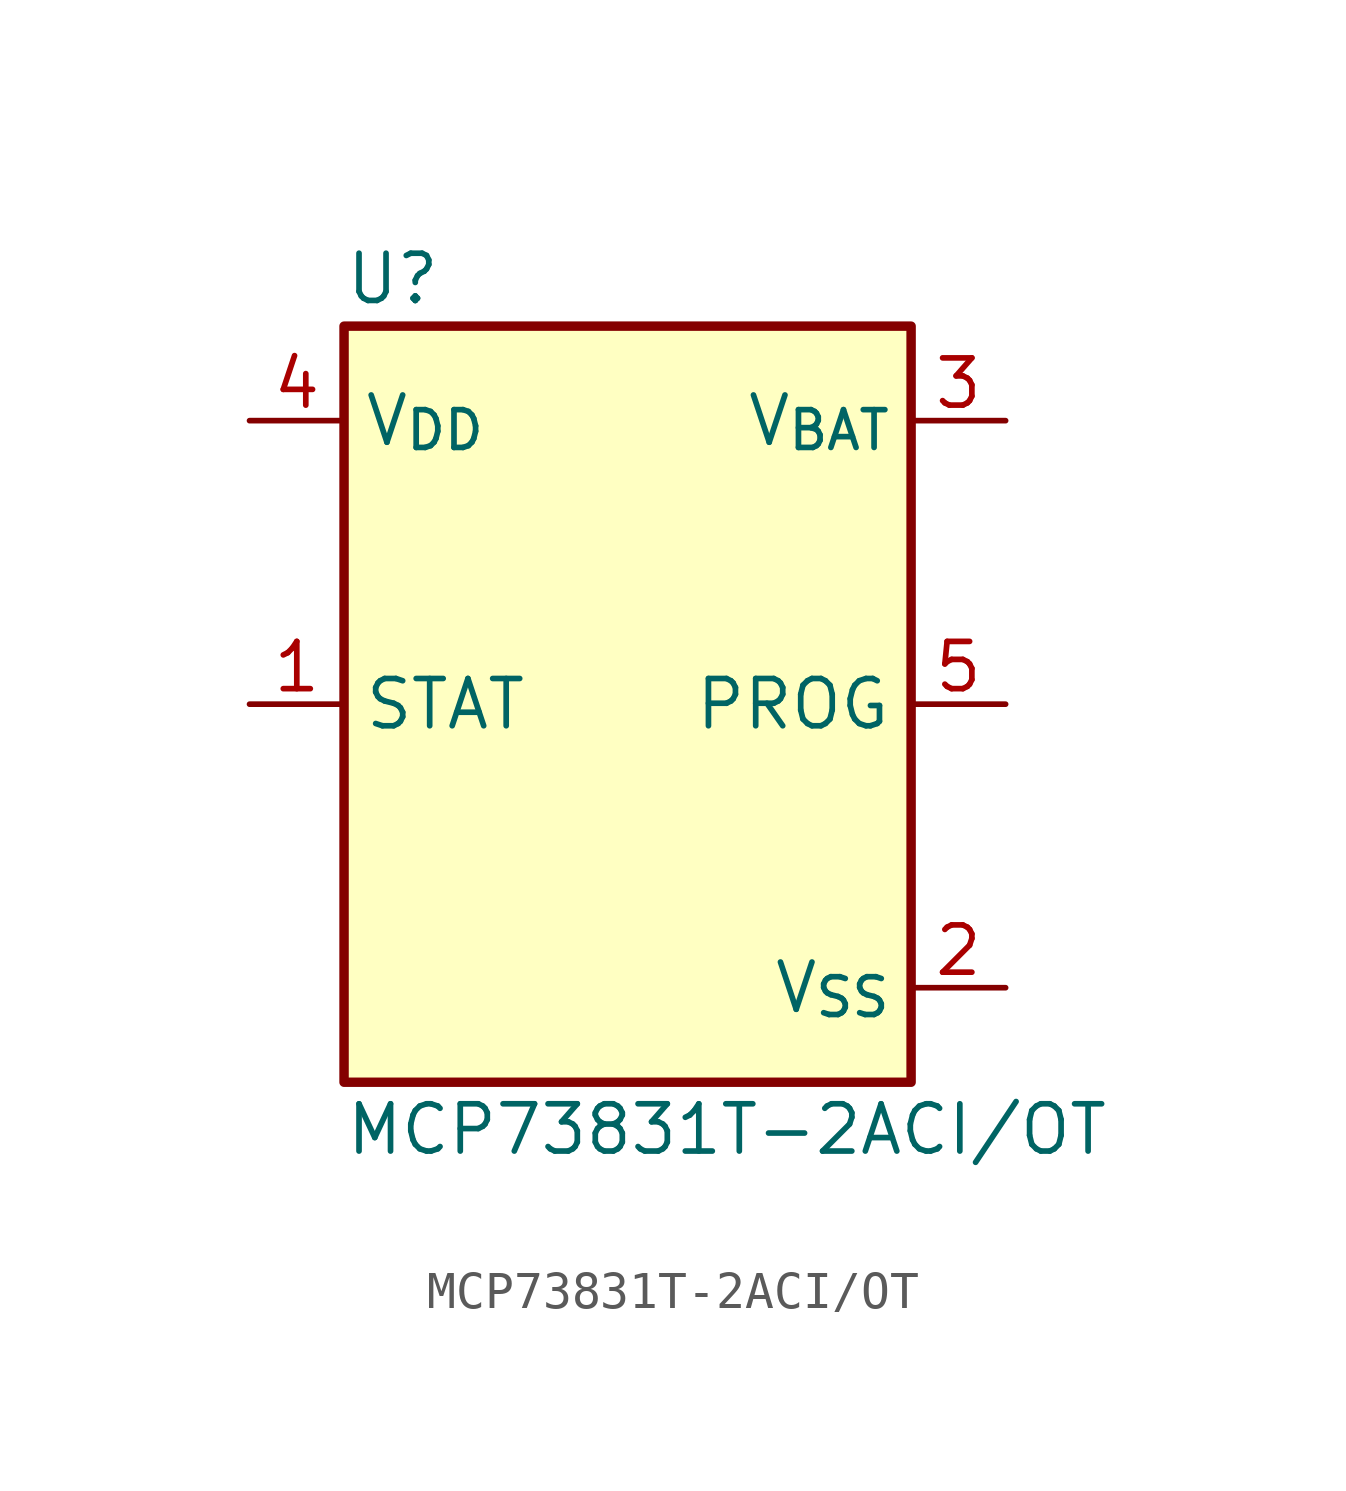
<source format=kicad_sym>
(kicad_symbol_lib
  (version 20220914)
  (generator kicad_symbol_editor)
  (symbol "MCP73831T-2ACI/OT"
    (property "Reference" "U"
      (at 0 1.27 0)
      (do_not_autoplace)
      (effects (font (size 1.27 1.27)) (justify left)))
    (property "Value" "MCP73831T-2ACI/OT"
      (at 0 -21.59 0)
      (do_not_autoplace)
      (effects (font (size 1.27 1.27)) (justify left)))
    (symbol "MCP73831T-2ACI/OT_0_1"
      (rectangle (start 0 0) (end 15.24 -20.32) (stroke (width 0.254) (type default)) (fill (type background))))
    (symbol "MCP73831T-2ACI/OT_1_1"
      (pin output line (at -2.54 -10.16 0) (length 2.54) (name "STAT" (effects (font (size 1.27 1.27)))) (number "1" (effects (font (size 1.27 1.27)))))
      (pin power_in line (at 17.78 -17.78 180) (length 2.54) (name "V_{SS}" (effects (font (size 1.27 1.27)))) (number "2" (effects (font (size 1.27 1.27)))))
      (pin power_out line (at 17.78 -2.54 180) (length 2.54) (name "V_{BAT}" (effects (font (size 1.27 1.27)))) (number "3" (effects (font (size 1.27 1.27)))))
      (pin power_in line (at -2.54 -2.54 0) (length 2.54) (name "V_{DD}" (effects (font (size 1.27 1.27)))) (number "4" (effects (font (size 1.27 1.27)))))
      (pin input line (at 17.78 -10.16 180) (length 2.54) (name "PROG" (effects (font (size 1.27 1.27)))) (number "5" (effects (font (size 1.27 1.27))))))))
</source>
